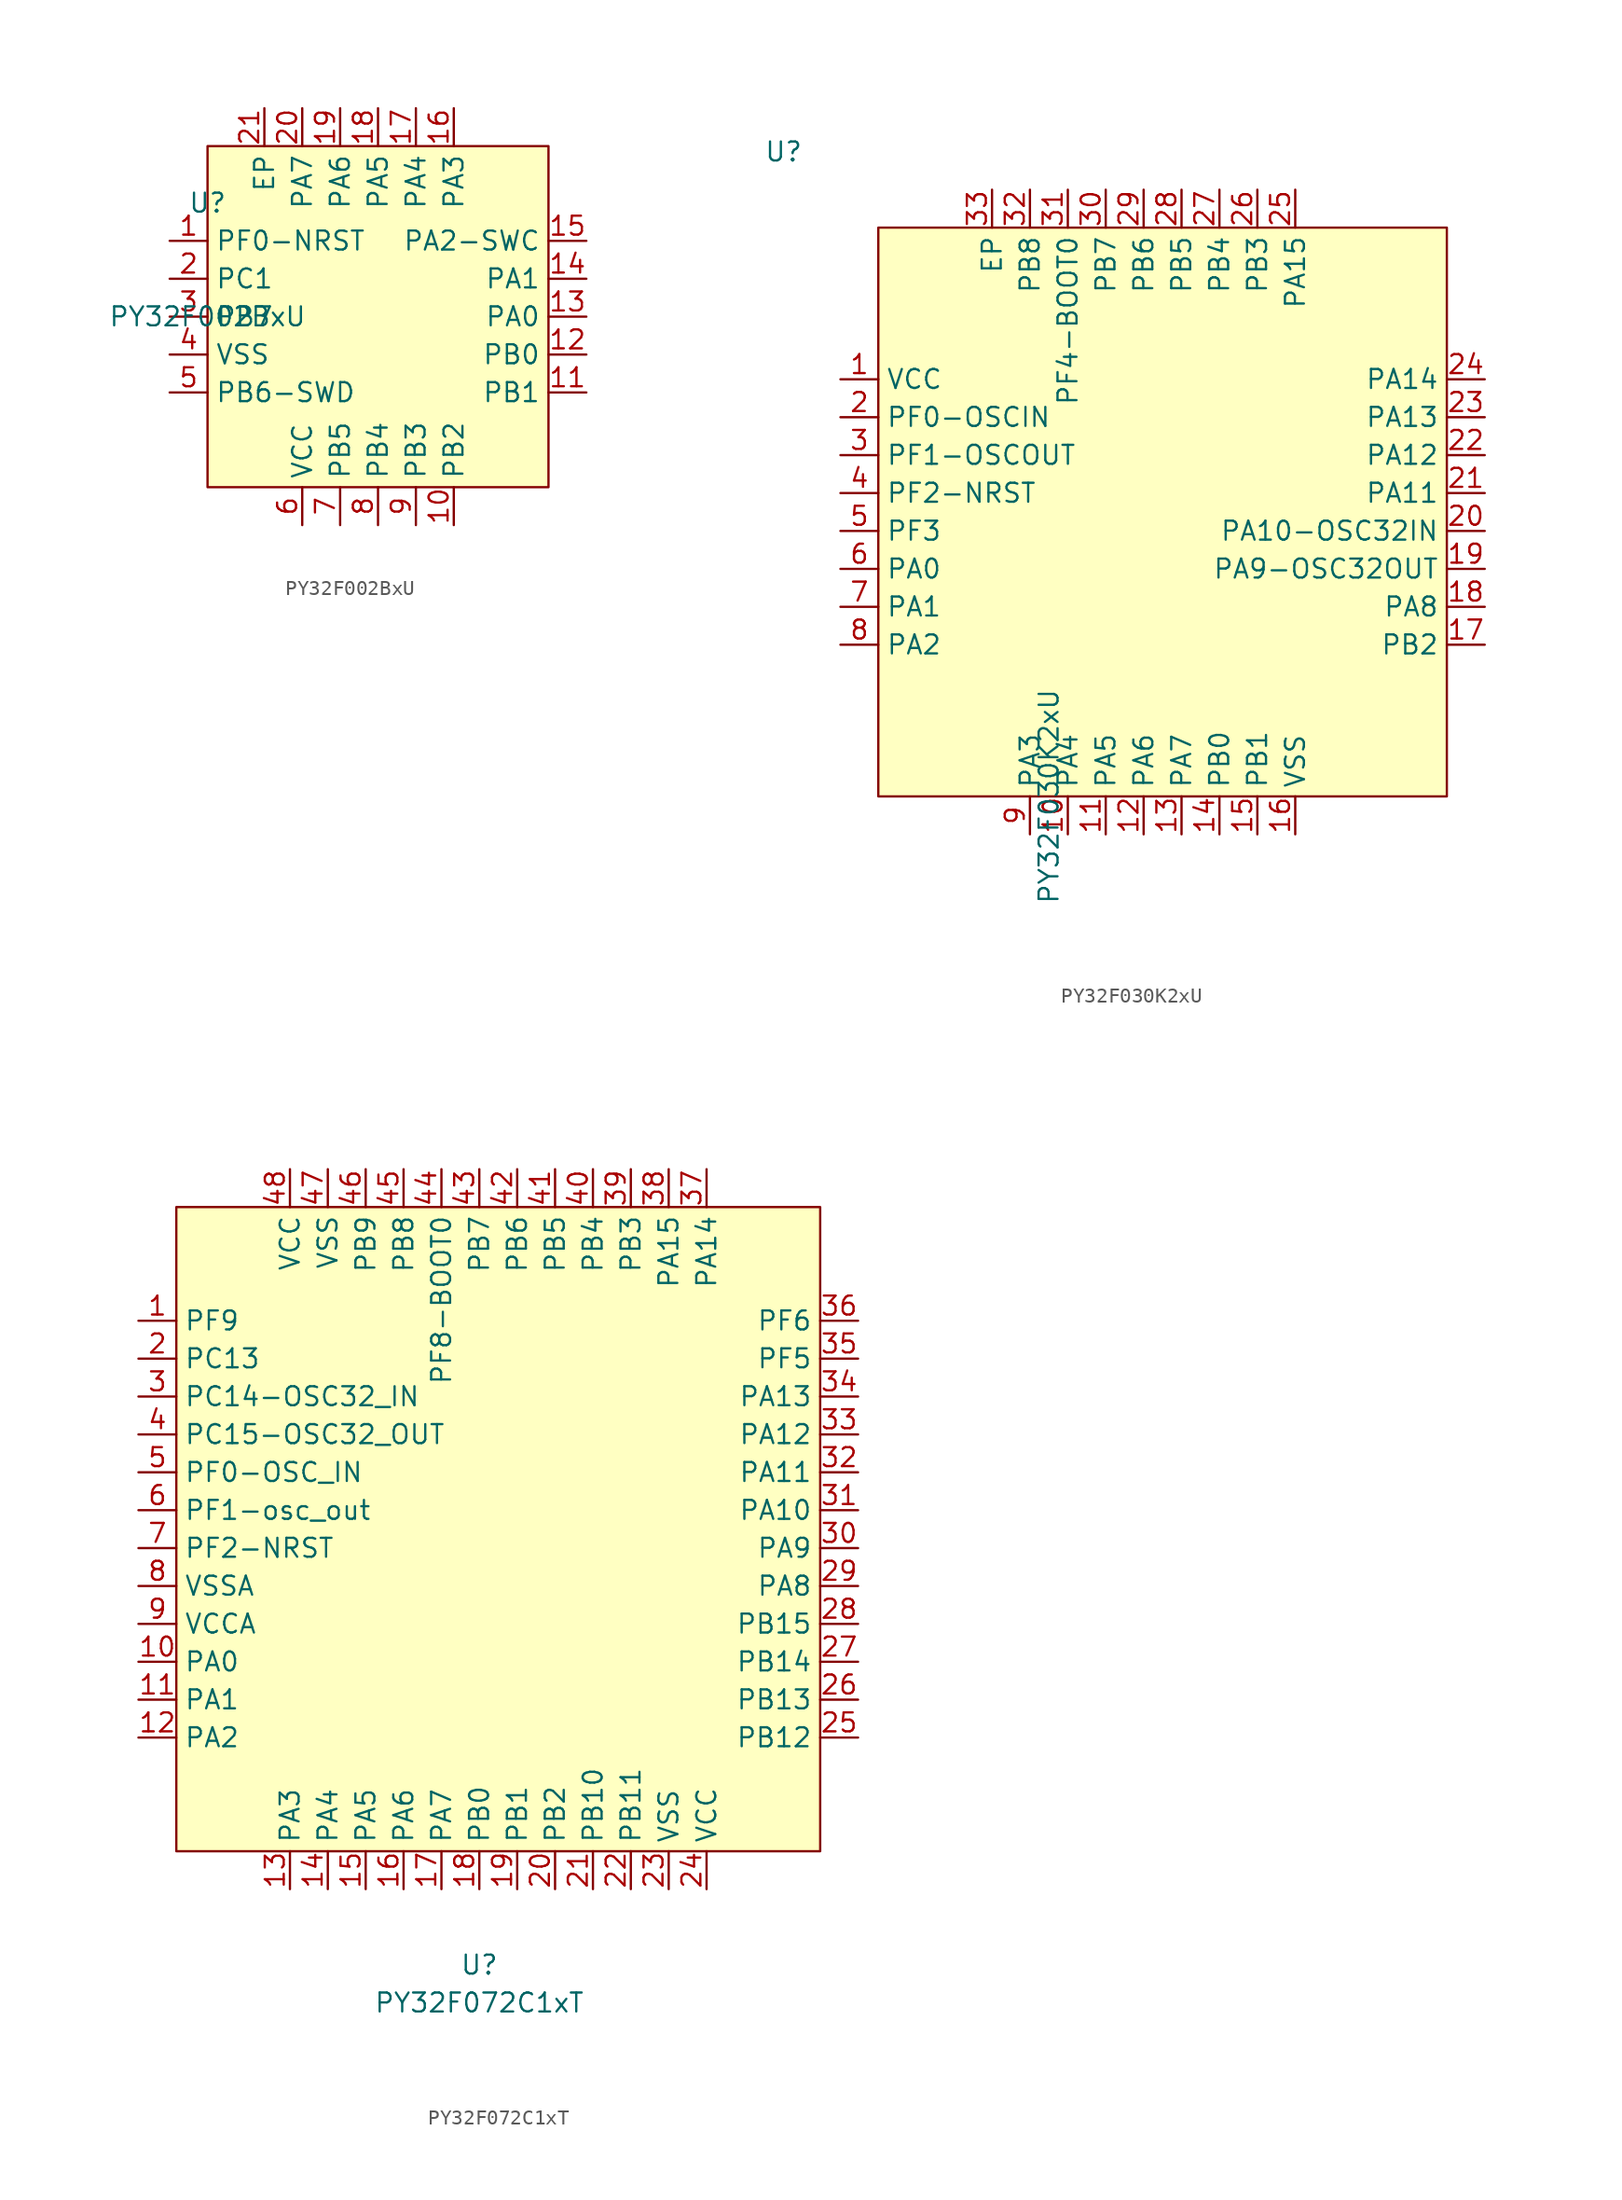
<source format=kicad_sym>
(kicad_symbol_lib
  (version 20220914)
  (generator kicad_symbol_editor)
  (symbol "PY32F002BxU"
    (property "Reference" "U"
      (at 0 7.62 0)
      (effects (font (size 1.27 1.27))))
    (property "Value" "PY32F002BxU"
      (at 0 0 0)
      (effects (font (size 1.27 1.27))))
    (symbol "PY32F002BxU_1_0"
      (pin bidirectional line (at 3.81 13.97 270) (length 2.54) (name "EP" (effects (font (size 1.27 1.27)))) (number "21" (effects (font (size 1.27 1.27))))))
    (symbol "PY32F002BxU_1_1"
      (rectangle (start 0 11.43) (end 22.86 -11.43) (stroke (width 0) (type default)) (fill (type background)))
      (pin bidirectional line (at -2.54 5.08 0) (length 2.54) (name "PF0-NRST" (effects (font (size 1.27 1.27)))) (number "1" (effects (font (size 1.27 1.27)))))
      (pin bidirectional line (at 16.51 -13.97 90) (length 2.54) (name "PB2" (effects (font (size 1.27 1.27)))) (number "10" (effects (font (size 1.27 1.27)))))
      (pin bidirectional line (at 25.4 -5.08 180) (length 2.54) (name "PB1" (effects (font (size 1.27 1.27)))) (number "11" (effects (font (size 1.27 1.27)))))
      (pin bidirectional line (at 25.4 -2.54 180) (length 2.54) (name "PB0" (effects (font (size 1.27 1.27)))) (number "12" (effects (font (size 1.27 1.27)))))
      (pin bidirectional line (at 25.4 0 180) (length 2.54) (name "PA0" (effects (font (size 1.27 1.27)))) (number "13" (effects (font (size 1.27 1.27)))))
      (pin bidirectional line (at 25.4 2.54 180) (length 2.54) (name "PA1" (effects (font (size 1.27 1.27)))) (number "14" (effects (font (size 1.27 1.27)))))
      (pin bidirectional line (at 25.4 5.08 180) (length 2.54) (name "PA2-SWC" (effects (font (size 1.27 1.27)))) (number "15" (effects (font (size 1.27 1.27)))))
      (pin bidirectional line (at 16.51 13.97 270) (length 2.54) (name "PA3" (effects (font (size 1.27 1.27)))) (number "16" (effects (font (size 1.27 1.27)))))
      (pin bidirectional line (at 13.97 13.97 270) (length 2.54) (name "PA4" (effects (font (size 1.27 1.27)))) (number "17" (effects (font (size 1.27 1.27)))))
      (pin bidirectional line (at 11.43 13.97 270) (length 2.54) (name "PA5" (effects (font (size 1.27 1.27)))) (number "18" (effects (font (size 1.27 1.27)))))
      (pin bidirectional line (at 8.89 13.97 270) (length 2.54) (name "PA6" (effects (font (size 1.27 1.27)))) (number "19" (effects (font (size 1.27 1.27)))))
      (pin bidirectional line (at -2.54 2.54 0) (length 2.54) (name "PC1" (effects (font (size 1.27 1.27)))) (number "2" (effects (font (size 1.27 1.27)))))
      (pin bidirectional line (at 6.35 13.97 270) (length 2.54) (name "PA7" (effects (font (size 1.27 1.27)))) (number "20" (effects (font (size 1.27 1.27)))))
      (pin bidirectional line (at -2.54 0 0) (length 2.54) (name "PB7" (effects (font (size 1.27 1.27)))) (number "3" (effects (font (size 1.27 1.27)))))
      (pin power_in line (at -2.54 -2.54 0) (length 2.54) (name "VSS" (effects (font (size 1.27 1.27)))) (number "4" (effects (font (size 1.27 1.27)))))
      (pin bidirectional line (at -2.54 -5.08 0) (length 2.54) (name "PB6-SWD" (effects (font (size 1.27 1.27)))) (number "5" (effects (font (size 1.27 1.27)))))
      (pin power_in line (at 6.35 -13.97 90) (length 2.54) (name "VCC" (effects (font (size 1.27 1.27)))) (number "6" (effects (font (size 1.27 1.27)))))
      (pin bidirectional line (at 8.89 -13.97 90) (length 2.54) (name "PB5" (effects (font (size 1.27 1.27)))) (number "7" (effects (font (size 1.27 1.27)))))
      (pin bidirectional line (at 11.43 -13.97 90) (length 2.54) (name "PB4" (effects (font (size 1.27 1.27)))) (number "8" (effects (font (size 1.27 1.27)))))
      (pin bidirectional line (at 13.97 -13.97 90) (length 2.54) (name "PB3" (effects (font (size 1.27 1.27)))) (number "9" (effects (font (size 1.27 1.27)))))))
  (symbol "PY32F030K2xU"
    (property "Reference" "U"
      (at -25.4 24.13 0)
      (effects (font (size 1.27 1.27))))
    (property "Value" "PY32F030K2xU"
      (at -7.62 -19.05 90)
      (effects (font (size 1.27 1.27))))
    (symbol "PY32F030K2xU_1_1"
      (rectangle (start -19.05 19.05) (end 19.05 -19.05) (stroke (width 0) (type default)) (fill (type background)))
      (pin power_in line (at -21.59 8.89 0) (length 2.54) (name "VCC" (effects (font (size 1.27 1.27)))) (number "1" (effects (font (size 1.27 1.27)))))
      (pin bidirectional line (at -6.35 -21.59 90) (length 2.54) (name "PA4" (effects (font (size 1.27 1.27)))) (number "10" (effects (font (size 1.27 1.27)))))
      (pin bidirectional line (at -3.81 -21.59 90) (length 2.54) (name "PA5" (effects (font (size 1.27 1.27)))) (number "11" (effects (font (size 1.27 1.27)))))
      (pin bidirectional line (at -1.27 -21.59 90) (length 2.54) (name "PA6" (effects (font (size 1.27 1.27)))) (number "12" (effects (font (size 1.27 1.27)))))
      (pin bidirectional line (at 1.27 -21.59 90) (length 2.54) (name "PA7" (effects (font (size 1.27 1.27)))) (number "13" (effects (font (size 1.27 1.27)))))
      (pin bidirectional line (at 3.81 -21.59 90) (length 2.54) (name "PB0" (effects (font (size 1.27 1.27)))) (number "14" (effects (font (size 1.27 1.27)))))
      (pin bidirectional line (at 6.35 -21.59 90) (length 2.54) (name "PB1" (effects (font (size 1.27 1.27)))) (number "15" (effects (font (size 1.27 1.27)))))
      (pin power_in line (at 8.89 -21.59 90) (length 2.54) (name "VSS" (effects (font (size 1.27 1.27)))) (number "16" (effects (font (size 1.27 1.27)))))
      (pin bidirectional line (at 21.59 -8.89 180) (length 2.54) (name "PB2" (effects (font (size 1.27 1.27)))) (number "17" (effects (font (size 1.27 1.27)))))
      (pin bidirectional line (at 21.59 -6.35 180) (length 2.54) (name "PA8" (effects (font (size 1.27 1.27)))) (number "18" (effects (font (size 1.27 1.27)))))
      (pin bidirectional line (at 21.59 -3.81 180) (length 2.54) (name "PA9-OSC32OUT" (effects (font (size 1.27 1.27)))) (number "19" (effects (font (size 1.27 1.27)))))
      (pin bidirectional line (at -21.59 6.35 0) (length 2.54) (name "PF0-OSCIN" (effects (font (size 1.27 1.27)))) (number "2" (effects (font (size 1.27 1.27)))))
      (pin bidirectional line (at 21.59 -1.27 180) (length 2.54) (name "PA10-OSC32IN" (effects (font (size 1.27 1.27)))) (number "20" (effects (font (size 1.27 1.27)))))
      (pin bidirectional line (at 21.59 1.27 180) (length 2.54) (name "PA11" (effects (font (size 1.27 1.27)))) (number "21" (effects (font (size 1.27 1.27)))))
      (pin bidirectional line (at 21.59 3.81 180) (length 2.54) (name "PA12" (effects (font (size 1.27 1.27)))) (number "22" (effects (font (size 1.27 1.27)))))
      (pin bidirectional line (at 21.59 6.35 180) (length 2.54) (name "PA13" (effects (font (size 1.27 1.27)))) (number "23" (effects (font (size 1.27 1.27)))))
      (pin bidirectional line (at 21.59 8.89 180) (length 2.54) (name "PA14" (effects (font (size 1.27 1.27)))) (number "24" (effects (font (size 1.27 1.27)))))
      (pin bidirectional line (at 8.89 21.59 270) (length 2.54) (name "PA15" (effects (font (size 1.27 1.27)))) (number "25" (effects (font (size 1.27 1.27)))))
      (pin bidirectional line (at 6.35 21.59 270) (length 2.54) (name "PB3" (effects (font (size 1.27 1.27)))) (number "26" (effects (font (size 1.27 1.27)))))
      (pin bidirectional line (at 3.81 21.59 270) (length 2.54) (name "PB4" (effects (font (size 1.27 1.27)))) (number "27" (effects (font (size 1.27 1.27)))))
      (pin bidirectional line (at 1.27 21.59 270) (length 2.54) (name "PB5" (effects (font (size 1.27 1.27)))) (number "28" (effects (font (size 1.27 1.27)))))
      (pin bidirectional line (at -1.27 21.59 270) (length 2.54) (name "PB6" (effects (font (size 1.27 1.27)))) (number "29" (effects (font (size 1.27 1.27)))))
      (pin bidirectional line (at -21.59 3.81 0) (length 2.54) (name "PF1-OSCOUT" (effects (font (size 1.27 1.27)))) (number "3" (effects (font (size 1.27 1.27)))))
      (pin bidirectional line (at -3.81 21.59 270) (length 2.54) (name "PB7" (effects (font (size 1.27 1.27)))) (number "30" (effects (font (size 1.27 1.27)))))
      (pin bidirectional line (at -6.35 21.59 270) (length 2.54) (name "PF4-BOOT0" (effects (font (size 1.27 1.27)))) (number "31" (effects (font (size 1.27 1.27)))))
      (pin bidirectional line (at -8.89 21.59 270) (length 2.54) (name "PB8" (effects (font (size 1.27 1.27)))) (number "32" (effects (font (size 1.27 1.27)))))
      (pin bidirectional line (at -11.43 21.59 270) (length 2.54) (name "EP" (effects (font (size 1.27 1.27)))) (number "33" (effects (font (size 1.27 1.27)))))
      (pin bidirectional line (at -21.59 1.27 0) (length 2.54) (name "PF2-NRST" (effects (font (size 1.27 1.27)))) (number "4" (effects (font (size 1.27 1.27)))))
      (pin bidirectional line (at -21.59 -1.27 0) (length 2.54) (name "PF3" (effects (font (size 1.27 1.27)))) (number "5" (effects (font (size 1.27 1.27)))))
      (pin bidirectional line (at -21.59 -3.81 0) (length 2.54) (name "PA0" (effects (font (size 1.27 1.27)))) (number "6" (effects (font (size 1.27 1.27)))))
      (pin bidirectional line (at -21.59 -6.35 0) (length 2.54) (name "PA1" (effects (font (size 1.27 1.27)))) (number "7" (effects (font (size 1.27 1.27)))))
      (pin bidirectional line (at -21.59 -8.89 0) (length 2.54) (name "PA2" (effects (font (size 1.27 1.27)))) (number "8" (effects (font (size 1.27 1.27)))))
      (pin bidirectional line (at -8.89 -21.59 90) (length 2.54) (name "PA3" (effects (font (size 1.27 1.27)))) (number "9" (effects (font (size 1.27 1.27)))))))
  (symbol "PY32F072C1xT"
    (property "Reference" "U"
      (at 0 -30.48 0)
      (effects (font (size 1.27 1.27))))
    (property "Value" "PY32F072C1xT"
      (at 0 -33.02 0)
      (effects (font (size 1.27 1.27))))
    (symbol "PY32F072C1xT_0_1"
      (rectangle (start -20.32 20.32) (end 22.86 -22.86) (stroke (width 0) (type default)) (fill (type background))))
    (symbol "PY32F072C1xT_1_1"
      (pin bidirectional line (at -22.86 12.7 0) (length 2.54) (name "PF9" (effects (font (size 1.27 1.27)))) (number "1" (effects (font (size 1.27 1.27)))))
      (pin bidirectional line (at -22.86 -10.16 0) (length 2.54) (name "PA0" (effects (font (size 1.27 1.27)))) (number "10" (effects (font (size 1.27 1.27)))))
      (pin bidirectional line (at -22.86 -12.7 0) (length 2.54) (name "PA1" (effects (font (size 1.27 1.27)))) (number "11" (effects (font (size 1.27 1.27)))))
      (pin bidirectional line (at -22.86 -15.24 0) (length 2.54) (name "PA2" (effects (font (size 1.27 1.27)))) (number "12" (effects (font (size 1.27 1.27)))))
      (pin bidirectional line (at -12.7 -25.4 90) (length 2.54) (name "PA3" (effects (font (size 1.27 1.27)))) (number "13" (effects (font (size 1.27 1.27)))))
      (pin bidirectional line (at -10.16 -25.4 90) (length 2.54) (name "PA4" (effects (font (size 1.27 1.27)))) (number "14" (effects (font (size 1.27 1.27)))))
      (pin bidirectional line (at -7.62 -25.4 90) (length 2.54) (name "PA5" (effects (font (size 1.27 1.27)))) (number "15" (effects (font (size 1.27 1.27)))))
      (pin bidirectional line (at -5.08 -25.4 90) (length 2.54) (name "PA6" (effects (font (size 1.27 1.27)))) (number "16" (effects (font (size 1.27 1.27)))))
      (pin bidirectional line (at -2.54 -25.4 90) (length 2.54) (name "PA7" (effects (font (size 1.27 1.27)))) (number "17" (effects (font (size 1.27 1.27)))))
      (pin bidirectional line (at 0 -25.4 90) (length 2.54) (name "PB0" (effects (font (size 1.27 1.27)))) (number "18" (effects (font (size 1.27 1.27)))))
      (pin bidirectional line (at 2.54 -25.4 90) (length 2.54) (name "PB1" (effects (font (size 1.27 1.27)))) (number "19" (effects (font (size 1.27 1.27)))))
      (pin bidirectional line (at -22.86 10.16 0) (length 2.54) (name "PC13" (effects (font (size 1.27 1.27)))) (number "2" (effects (font (size 1.27 1.27)))))
      (pin bidirectional line (at 5.08 -25.4 90) (length 2.54) (name "PB2" (effects (font (size 1.27 1.27)))) (number "20" (effects (font (size 1.27 1.27)))))
      (pin bidirectional line (at 7.62 -25.4 90) (length 2.54) (name "PB10" (effects (font (size 1.27 1.27)))) (number "21" (effects (font (size 1.27 1.27)))))
      (pin bidirectional line (at 10.16 -25.4 90) (length 2.54) (name "PB11" (effects (font (size 1.27 1.27)))) (number "22" (effects (font (size 1.27 1.27)))))
      (pin power_in line (at 12.7 -25.4 90) (length 2.54) (name "VSS" (effects (font (size 1.27 1.27)))) (number "23" (effects (font (size 1.27 1.27)))))
      (pin power_in line (at 15.24 -25.4 90) (length 2.54) (name "VCC" (effects (font (size 1.27 1.27)))) (number "24" (effects (font (size 1.27 1.27)))))
      (pin bidirectional line (at 25.4 -15.24 180) (length 2.54) (name "PB12" (effects (font (size 1.27 1.27)))) (number "25" (effects (font (size 1.27 1.27)))))
      (pin bidirectional line (at 25.4 -12.7 180) (length 2.54) (name "PB13" (effects (font (size 1.27 1.27)))) (number "26" (effects (font (size 1.27 1.27)))))
      (pin bidirectional line (at 25.4 -10.16 180) (length 2.54) (name "PB14" (effects (font (size 1.27 1.27)))) (number "27" (effects (font (size 1.27 1.27)))))
      (pin bidirectional line (at 25.4 -7.62 180) (length 2.54) (name "PB15" (effects (font (size 1.27 1.27)))) (number "28" (effects (font (size 1.27 1.27)))))
      (pin bidirectional line (at 25.4 -5.08 180) (length 2.54) (name "PA8" (effects (font (size 1.27 1.27)))) (number "29" (effects (font (size 1.27 1.27)))))
      (pin bidirectional line (at -22.86 7.62 0) (length 2.54) (name "PC14-OSC32_IN" (effects (font (size 1.27 1.27)))) (number "3" (effects (font (size 1.27 1.27)))))
      (pin bidirectional line (at 25.4 -2.54 180) (length 2.54) (name "PA9" (effects (font (size 1.27 1.27)))) (number "30" (effects (font (size 1.27 1.27)))))
      (pin bidirectional line (at 25.4 0 180) (length 2.54) (name "PA10" (effects (font (size 1.27 1.27)))) (number "31" (effects (font (size 1.27 1.27)))))
      (pin bidirectional line (at 25.4 2.54 180) (length 2.54) (name "PA11" (effects (font (size 1.27 1.27)))) (number "32" (effects (font (size 1.27 1.27)))))
      (pin bidirectional line (at 25.4 5.08 180) (length 2.54) (name "PA12" (effects (font (size 1.27 1.27)))) (number "33" (effects (font (size 1.27 1.27)))))
      (pin bidirectional line (at 25.4 7.62 180) (length 2.54) (name "PA13" (effects (font (size 1.27 1.27)))) (number "34" (effects (font (size 1.27 1.27)))))
      (pin bidirectional line (at 25.4 10.16 180) (length 2.54) (name "PF5" (effects (font (size 1.27 1.27)))) (number "35" (effects (font (size 1.27 1.27)))))
      (pin bidirectional line (at 25.4 12.7 180) (length 2.54) (name "PF6" (effects (font (size 1.27 1.27)))) (number "36" (effects (font (size 1.27 1.27)))))
      (pin bidirectional line (at 15.24 22.86 270) (length 2.54) (name "PA14" (effects (font (size 1.27 1.27)))) (number "37" (effects (font (size 1.27 1.27)))))
      (pin bidirectional line (at 12.7 22.86 270) (length 2.54) (name "PA15" (effects (font (size 1.27 1.27)))) (number "38" (effects (font (size 1.27 1.27)))))
      (pin bidirectional line (at 10.16 22.86 270) (length 2.54) (name "PB3" (effects (font (size 1.27 1.27)))) (number "39" (effects (font (size 1.27 1.27)))))
      (pin bidirectional line (at -22.86 5.08 0) (length 2.54) (name "PC15-OSC32_OUT" (effects (font (size 1.27 1.27)))) (number "4" (effects (font (size 1.27 1.27)))))
      (pin bidirectional line (at 7.62 22.86 270) (length 2.54) (name "PB4" (effects (font (size 1.27 1.27)))) (number "40" (effects (font (size 1.27 1.27)))))
      (pin bidirectional line (at 5.08 22.86 270) (length 2.54) (name "PB5" (effects (font (size 1.27 1.27)))) (number "41" (effects (font (size 1.27 1.27)))))
      (pin bidirectional line (at 2.54 22.86 270) (length 2.54) (name "PB6" (effects (font (size 1.27 1.27)))) (number "42" (effects (font (size 1.27 1.27)))))
      (pin bidirectional line (at 0 22.86 270) (length 2.54) (name "PB7" (effects (font (size 1.27 1.27)))) (number "43" (effects (font (size 1.27 1.27)))))
      (pin bidirectional line (at -2.54 22.86 270) (length 2.54) (name "PF8-BOOT0" (effects (font (size 1.27 1.27)))) (number "44" (effects (font (size 1.27 1.27)))))
      (pin bidirectional line (at -5.08 22.86 270) (length 2.54) (name "PB8" (effects (font (size 1.27 1.27)))) (number "45" (effects (font (size 1.27 1.27)))))
      (pin bidirectional line (at -7.62 22.86 270) (length 2.54) (name "PB9" (effects (font (size 1.27 1.27)))) (number "46" (effects (font (size 1.27 1.27)))))
      (pin power_in line (at -10.16 22.86 270) (length 2.54) (name "VSS" (effects (font (size 1.27 1.27)))) (number "47" (effects (font (size 1.27 1.27)))))
      (pin power_in line (at -12.7 22.86 270) (length 2.54) (name "VCC" (effects (font (size 1.27 1.27)))) (number "48" (effects (font (size 1.27 1.27)))))
      (pin bidirectional line (at -22.86 2.54 0) (length 2.54) (name "PF0-OSC_IN" (effects (font (size 1.27 1.27)))) (number "5" (effects (font (size 1.27 1.27)))))
      (pin bidirectional line (at -22.86 0 0) (length 2.54) (name "PF1-osc_out" (effects (font (size 1.27 1.27)))) (number "6" (effects (font (size 1.27 1.27)))))
      (pin bidirectional line (at -22.86 -2.54 0) (length 2.54) (name "PF2-NRST" (effects (font (size 1.27 1.27)))) (number "7" (effects (font (size 1.27 1.27)))))
      (pin power_in line (at -22.86 -5.08 0) (length 2.54) (name "VSSA" (effects (font (size 1.27 1.27)))) (number "8" (effects (font (size 1.27 1.27)))))
      (pin power_in line (at -22.86 -7.62 0) (length 2.54) (name "VCCA" (effects (font (size 1.27 1.27)))) (number "9" (effects (font (size 1.27 1.27))))))))
</source>
